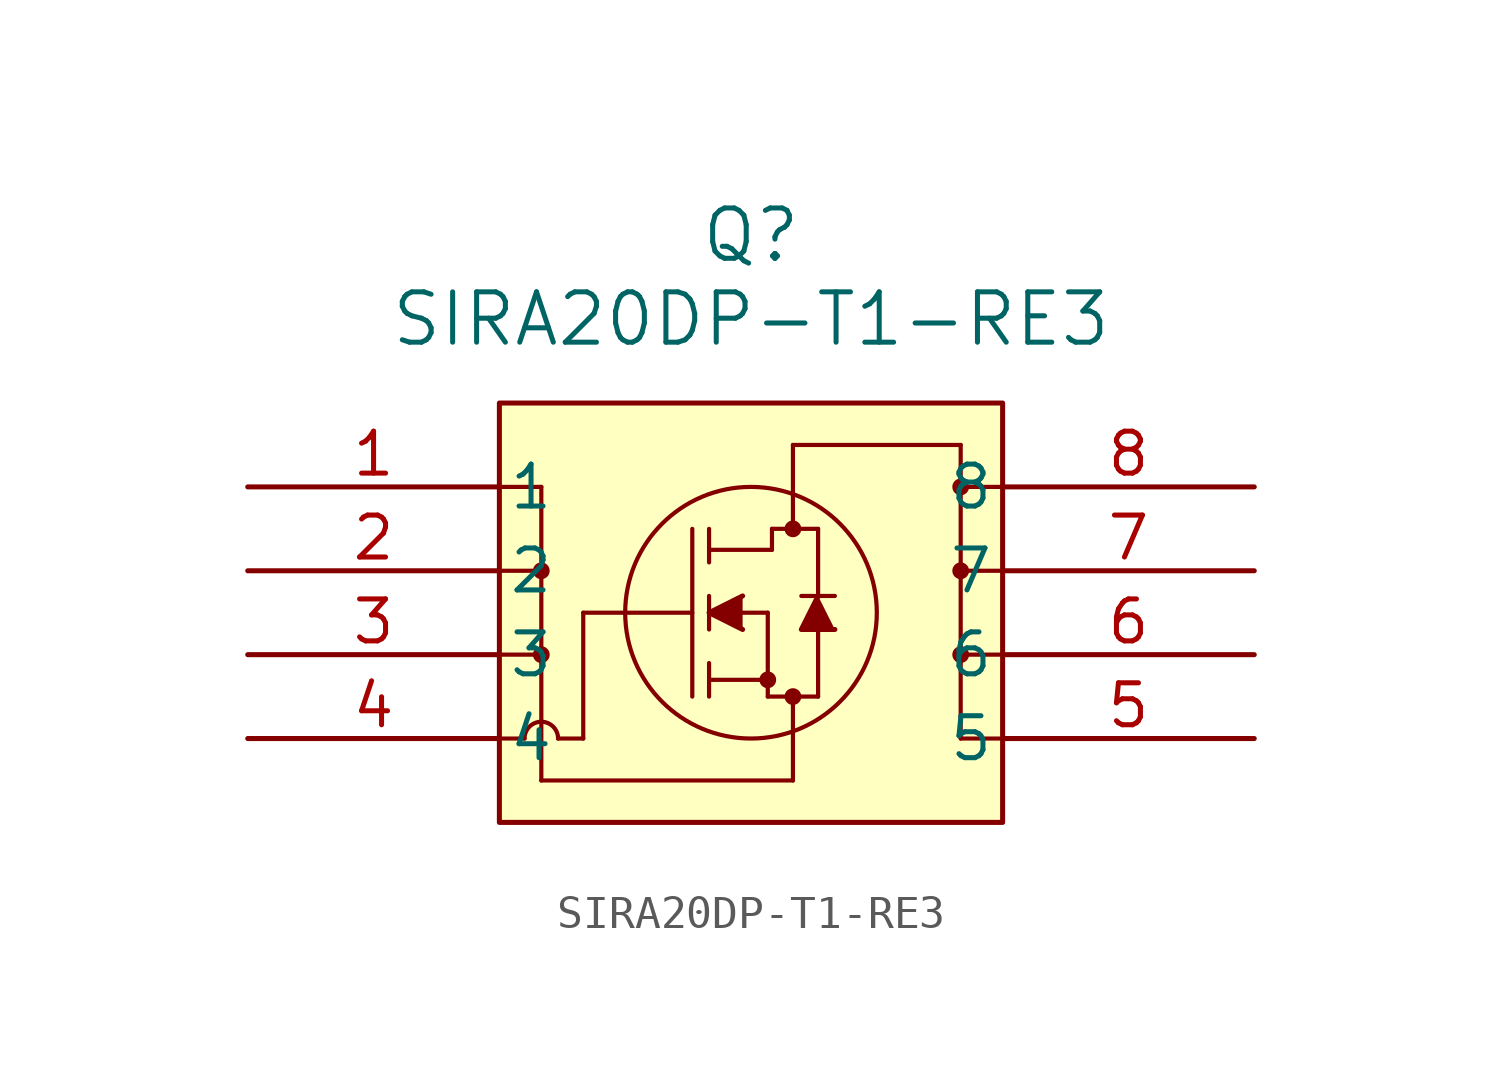
<source format=kicad_sym>
(kicad_symbol_lib
  (version 20231120)
  (generator "kicad_symbol_editor")
  (generator_version "8.0")
  (symbol "SIRA20DP-T1-RE3"
    (pin_names
      (offset 0.254))
    (property "Reference" "Q"
      (at 15.24 7.62 0)
      (effects (font (size 1.524 1.524))))
    (property "Value" "SIRA20DP-T1-RE3"
      (at 15.24 5.08 0)
      (effects (font (size 1.524 1.524))))
    (symbol "SIRA20DP-T1-RE3_0_1"
      (polyline (pts (xy 7.62 -7.62) (xy 8.382 -7.62)) (stroke (width 0.127) (type default)) (fill (type none)))
      (polyline (pts (xy 7.62 -5.08) (xy 8.89 -5.08)) (stroke (width 0.127) (type default)) (fill (type none)))
      (polyline (pts (xy 7.62 -2.54) (xy 8.89 -2.54)) (stroke (width 0.127) (type default)) (fill (type none)))
      (polyline (pts (xy 7.62 0) (xy 8.89 0)) (stroke (width 0.127) (type default)) (fill (type none)))
      (polyline (pts (xy 8.89 -8.89) (xy 16.51 -8.89)) (stroke (width 0.127) (type default)) (fill (type none)))
      (polyline (pts (xy 8.89 0) (xy 8.89 -8.89)) (stroke (width 0.127) (type default)) (fill (type none)))
      (polyline (pts (xy 10.16 -7.62) (xy 9.398 -7.62)) (stroke (width 0.127) (type default)) (fill (type none)))
      (polyline (pts (xy 10.16 -3.81) (xy 10.16 -7.62)) (stroke (width 0.127) (type default)) (fill (type none)))
      (polyline (pts (xy 10.16 -3.81) (xy 13.462 -3.81)) (stroke (width 0.127) (type default)) (fill (type none)))
      (polyline (pts (xy 13.462 -6.35) (xy 13.462 -1.27)) (stroke (width 0.127) (type default)) (fill (type none)))
      (polyline (pts (xy 13.97 -6.35) (xy 13.97 -5.334)) (stroke (width 0.127) (type default)) (fill (type none)))
      (polyline (pts (xy 13.97 -5.842) (xy 15.748 -5.842)) (stroke (width 0.127) (type default)) (fill (type none)))
      (polyline (pts (xy 13.97 -4.318) (xy 13.97 -3.302)) (stroke (width 0.127) (type default)) (fill (type none)))
      (polyline (pts (xy 13.97 -2.286) (xy 13.97 -1.27)) (stroke (width 0.127) (type default)) (fill (type none)))
      (polyline (pts (xy 13.97 -1.905) (xy 15.875 -1.905)) (stroke (width 0.127) (type default)) (fill (type none)))
      (polyline (pts (xy 14.986 -3.81) (xy 15.748 -3.81)) (stroke (width 0.127) (type default)) (fill (type none)))
      (polyline (pts (xy 15.748 -6.35) (xy 15.748 -3.81)) (stroke (width 0.127) (type default)) (fill (type none)))
      (polyline (pts (xy 15.748 -6.35) (xy 17.272 -6.35)) (stroke (width 0.127) (type default)) (fill (type none)))
      (polyline (pts (xy 15.875 -1.905) (xy 15.875 -1.27)) (stroke (width 0.127) (type default)) (fill (type none)))
      (polyline (pts (xy 15.875 -1.27) (xy 17.272 -1.27)) (stroke (width 0.127) (type default)) (fill (type none)))
      (polyline (pts (xy 16.51 -8.89) (xy 16.51 -6.35)) (stroke (width 0.127) (type default)) (fill (type none)))
      (polyline (pts (xy 16.51 1.27) (xy 16.51 -1.27)) (stroke (width 0.127) (type default)) (fill (type none)))
      (polyline (pts (xy 17.272 -6.35) (xy 17.272 -4.318)) (stroke (width 0.127) (type default)) (fill (type none)))
      (polyline (pts (xy 17.272 -3.302) (xy 17.272 -1.27)) (stroke (width 0.127) (type default)) (fill (type none)))
      (polyline (pts (xy 17.78 -3.302) (xy 16.764 -3.302)) (stroke (width 0.127) (type default)) (fill (type none)))
      (polyline (pts (xy 21.59 -7.62) (xy 21.59 1.27)) (stroke (width 0.127) (type default)) (fill (type none)))
      (polyline (pts (xy 21.59 1.27) (xy 16.51 1.27)) (stroke (width 0.127) (type default)) (fill (type none)))
      (polyline (pts (xy 22.86 -7.62) (xy 21.59 -7.62)) (stroke (width 0.127) (type default)) (fill (type none)))
      (polyline (pts (xy 22.86 -5.08) (xy 21.59 -5.08)) (stroke (width 0.127) (type default)) (fill (type none)))
      (polyline (pts (xy 22.86 -2.54) (xy 21.59 -2.54)) (stroke (width 0.127) (type default)) (fill (type none)))
      (polyline (pts (xy 22.86 0) (xy 21.59 0)) (stroke (width 0.127) (type default)) (fill (type none)))
      (polyline (pts (xy 14.986 -3.302) (xy 13.97 -3.81) (xy 14.986 -4.318)) (stroke (width 0) (type default)) (fill (type outline)))
      (polyline (pts (xy 17.78 -4.318) (xy 16.764 -4.318) (xy 17.272 -3.302)) (stroke (width 0) (type default)) (fill (type outline)))
      (rectangle (start 7.62 2.54) (end 22.86 -10.16) (stroke (width 0) (type default)) (fill (type background)))
      (circle (center 8.89 -5.08) (radius 0.127) (stroke (width 0.254) (type default)) (fill (type none)))
      (circle (center 8.89 -2.54) (radius 0.127) (stroke (width 0.254) (type default)) (fill (type none)))
      (arc (start 9.398 -7.62) (mid 8.89 -7.1142) (end 8.382 -7.62) (stroke (width 0.127) (type default)) (fill (type none)))
      (circle (center 15.24 -3.81) (radius 3.81) (stroke (width 0.127) (type default)) (fill (type none)))
      (circle (center 15.748 -5.842) (radius 0.127) (stroke (width 0.254) (type default)) (fill (type none)))
      (circle (center 16.51 -6.35) (radius 0.127) (stroke (width 0.254) (type default)) (fill (type none)))
      (circle (center 16.51 -1.27) (radius 0.127) (stroke (width 0.254) (type default)) (fill (type none)))
      (circle (center 21.59 -5.08) (radius 0.127) (stroke (width 0.254) (type default)) (fill (type none)))
      (circle (center 21.59 -2.54) (radius 0.127) (stroke (width 0.254) (type default)) (fill (type none)))
      (circle (center 21.59 0) (radius 0.127) (stroke (width 0.254) (type default)) (fill (type none)))
      (pin power_in line (at 0 0 0) (length 7.62) (name "1" (effects (font (size 1.27 1.27)))) (number "1" (effects (font (size 1.27 1.27)))))
      (pin power_in line (at 0 -2.54 0) (length 7.62) (name "2" (effects (font (size 1.27 1.27)))) (number "2" (effects (font (size 1.27 1.27)))))
      (pin power_in line (at 0 -5.08 0) (length 7.62) (name "3" (effects (font (size 1.27 1.27)))) (number "3" (effects (font (size 1.27 1.27)))))
      (pin input line (at 0 -7.62 0) (length 7.62) (name "4" (effects (font (size 1.27 1.27)))) (number "4" (effects (font (size 1.27 1.27)))))
      (pin power_out line (at 30.48 -7.62 180) (length 7.62) (name "5" (effects (font (size 1.27 1.27)))) (number "5" (effects (font (size 1.27 1.27)))))
      (pin power_out line (at 30.48 -5.08 180) (length 7.62) (name "6" (effects (font (size 1.27 1.27)))) (number "6" (effects (font (size 1.27 1.27)))))
      (pin power_out line (at 30.48 -2.54 180) (length 7.62) (name "7" (effects (font (size 1.27 1.27)))) (number "7" (effects (font (size 1.27 1.27)))))
      (pin power_out line (at 30.48 0 180) (length 7.62) (name "8" (effects (font (size 1.27 1.27)))) (number "8" (effects (font (size 1.27 1.27))))))))
</source>
